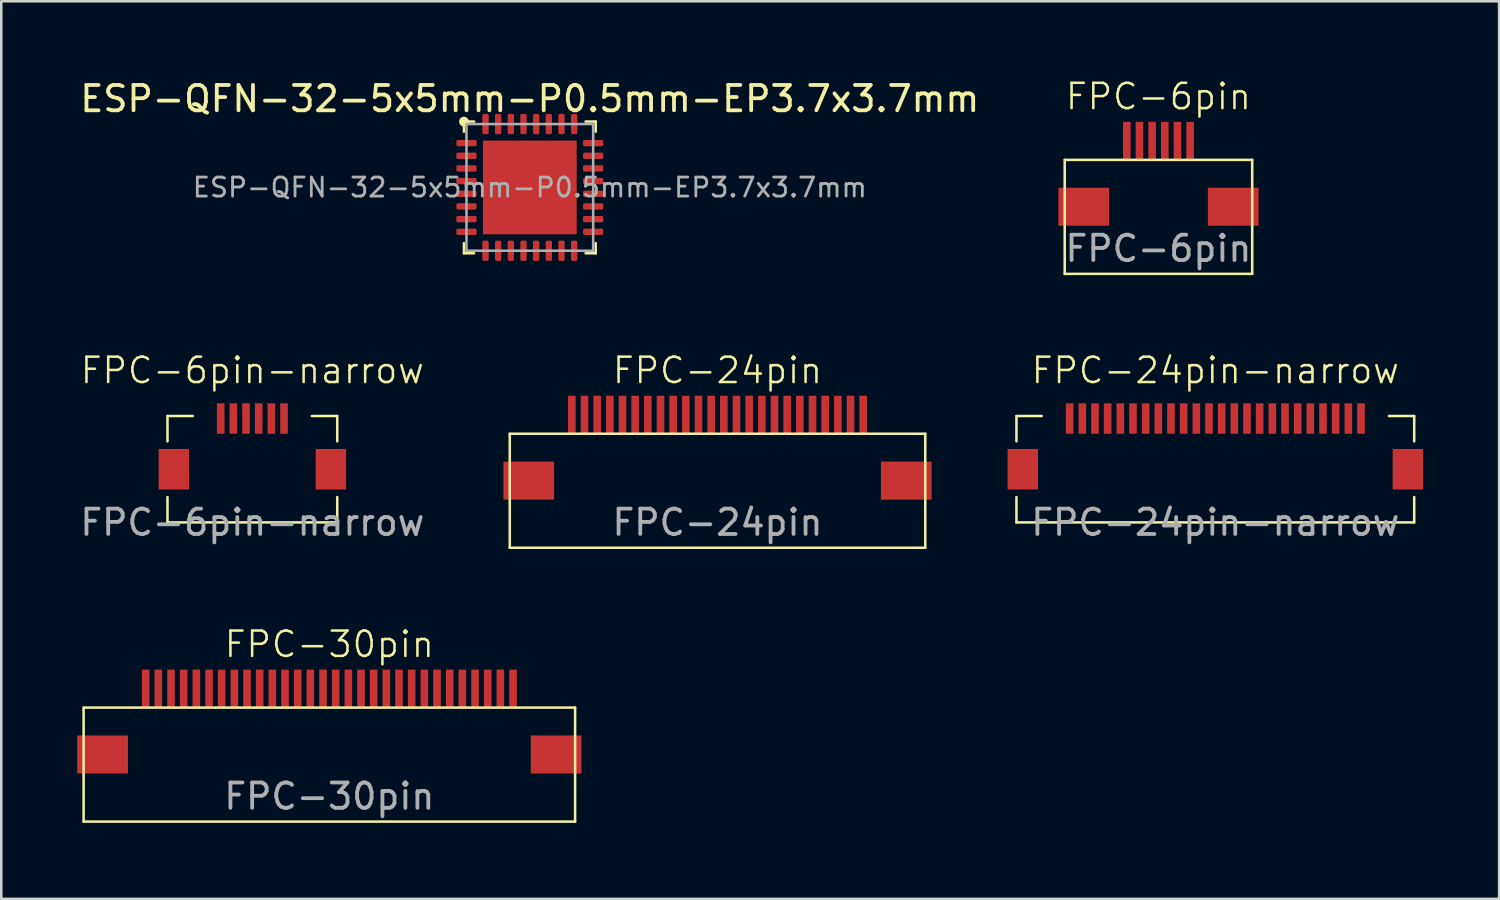
<source format=kicad_pcb>
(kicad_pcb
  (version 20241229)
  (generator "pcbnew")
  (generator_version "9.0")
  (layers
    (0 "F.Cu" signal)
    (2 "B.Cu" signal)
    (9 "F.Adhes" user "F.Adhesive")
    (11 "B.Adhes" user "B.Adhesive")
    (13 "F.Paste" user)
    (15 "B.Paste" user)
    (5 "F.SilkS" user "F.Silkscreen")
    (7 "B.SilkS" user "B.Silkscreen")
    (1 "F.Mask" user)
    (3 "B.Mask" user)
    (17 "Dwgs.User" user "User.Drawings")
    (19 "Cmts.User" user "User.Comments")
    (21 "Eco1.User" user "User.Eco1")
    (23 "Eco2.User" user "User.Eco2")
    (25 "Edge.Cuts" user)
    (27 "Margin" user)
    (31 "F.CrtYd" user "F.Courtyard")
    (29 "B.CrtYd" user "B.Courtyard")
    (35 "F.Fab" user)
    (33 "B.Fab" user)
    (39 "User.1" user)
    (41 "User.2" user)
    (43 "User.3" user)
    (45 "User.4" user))
  (footprint "ESP-QFN-32-5x5mm-P0.5mm-EP3.7x3.7mm"
    (layer "F.Cu")
    (at 17.863 4.348)
    (property "Reference" "ESP-QFN-32-5x5mm-P0.5mm-EP3.7x3.7mm" (at 0 -3.5 0) (layer "F.SilkS") (effects (font (size 1 1) (thickness 0.15))))
    (attr smd)
    (fp_line (start -2.6 -2.6) (end -2.6 -2.2) (stroke (width 0.1) (type solid)) (layer "F.SilkS"))
    (fp_line (start -2.6 -2.6) (end -2.2 -2.6) (stroke (width 0.1) (type solid)) (layer "F.SilkS"))
    (fp_line (start -2.6 2.6) (end -2.6 2.2) (stroke (width 0.1) (type solid)) (layer "F.SilkS"))
    (fp_line (start -2.6 2.6) (end -2.2 2.6) (stroke (width 0.1) (type solid)) (layer "F.SilkS"))
    (fp_line (start 2.6 -2.6) (end 2.2 -2.6) (stroke (width 0.1) (type solid)) (layer "F.SilkS"))
    (fp_line (start 2.6 -2.6) (end 2.6 -2.2) (stroke (width 0.1) (type solid)) (layer "F.SilkS"))
    (fp_line (start 2.6 2.6) (end 2.2 2.6) (stroke (width 0.1) (type solid)) (layer "F.SilkS"))
    (fp_line (start 2.6 2.6) (end 2.6 2.2) (stroke (width 0.1) (type solid)) (layer "F.SilkS"))
    (fp_circle (center -2.6 -2.6) (end -2.5 -2.5) (stroke (width 0.1) (type default)) (fill yes) (layer "F.SilkS"))
    (fp_line (start -2.5 -2.5) (end 2.5 -2.5) (stroke (width 0.1) (type solid)) (layer "F.Fab"))
    (fp_line (start -2.5 2.5) (end -2.5 -2.5) (stroke (width 0.1) (type solid)) (layer "F.Fab"))
    (fp_line (start 2.5 -2.5) (end 2.5 2.5) (stroke (width 0.1) (type solid)) (layer "F.Fab"))
    (fp_line (start 2.5 2.5) (end -2.5 2.5) (stroke (width 0.1) (type solid)) (layer "F.Fab"))
    (fp_text user "${REFERENCE}" (at 0 0 0) (layer "F.Fab") (effects (font (size 0.75 0.75) (thickness 0.11))))
    (pad "1" smd roundrect (at -2.5 -1.75) (size 0.8 0.25) (layers "F.Cu" "F.Mask" "F.Paste") (roundrect_rratio 0.25))
    (pad "2" smd roundrect (at -2.5 -1.25) (size 0.8 0.25) (layers "F.Cu" "F.Mask" "F.Paste") (roundrect_rratio 0.25))
    (pad "3" smd roundrect (at -2.5 -0.75) (size 0.8 0.25) (layers "F.Cu" "F.Mask" "F.Paste") (roundrect_rratio 0.25))
    (pad "4" smd roundrect (at -2.5 -0.25) (size 0.8 0.25) (layers "F.Cu" "F.Mask" "F.Paste") (roundrect_rratio 0.25))
    (pad "5" smd roundrect (at -2.5 0.25) (size 0.8 0.25) (layers "F.Cu" "F.Mask" "F.Paste") (roundrect_rratio 0.25))
    (pad "6" smd roundrect (at -2.5 0.75) (size 0.8 0.25) (layers "F.Cu" "F.Mask" "F.Paste") (roundrect_rratio 0.25))
    (pad "7" smd roundrect (at -2.5 1.25) (size 0.8 0.25) (layers "F.Cu" "F.Mask" "F.Paste") (roundrect_rratio 0.25))
    (pad "8" smd roundrect (at -2.5 1.75) (size 0.8 0.25) (layers "F.Cu" "F.Mask" "F.Paste") (roundrect_rratio 0.25))
    (pad "9" smd roundrect (at -1.75 2.5) (size 0.25 0.8) (layers "F.Cu" "F.Mask" "F.Paste") (roundrect_rratio 0.25))
    (pad "10" smd roundrect (at -1.25 2.5) (size 0.25 0.8) (layers "F.Cu" "F.Mask" "F.Paste") (roundrect_rratio 0.25))
    (pad "11" smd roundrect (at -0.75 2.5) (size 0.25 0.8) (layers "F.Cu" "F.Mask" "F.Paste") (roundrect_rratio 0.25))
    (pad "12" smd roundrect (at -0.25 2.5) (size 0.25 0.8) (layers "F.Cu" "F.Mask" "F.Paste") (roundrect_rratio 0.25))
    (pad "13" smd roundrect (at 0.25 2.5) (size 0.25 0.8) (layers "F.Cu" "F.Mask" "F.Paste") (roundrect_rratio 0.25))
    (pad "14" smd roundrect (at 0.75 2.5) (size 0.25 0.8) (layers "F.Cu" "F.Mask" "F.Paste") (roundrect_rratio 0.25))
    (pad "15" smd roundrect (at 1.25 2.5) (size 0.25 0.8) (layers "F.Cu" "F.Mask" "F.Paste") (roundrect_rratio 0.25))
    (pad "16" smd roundrect (at 1.75 2.5) (size 0.25 0.8) (layers "F.Cu" "F.Mask" "F.Paste") (roundrect_rratio 0.25))
    (pad "17" smd roundrect (at 2.5 1.75) (size 0.8 0.25) (layers "F.Cu" "F.Mask" "F.Paste") (roundrect_rratio 0.25))
    (pad "18" smd roundrect (at 2.5 1.25) (size 0.8 0.25) (layers "F.Cu" "F.Mask" "F.Paste") (roundrect_rratio 0.25))
    (pad "19" smd roundrect (at 2.5 0.75) (size 0.8 0.25) (layers "F.Cu" "F.Mask" "F.Paste") (roundrect_rratio 0.25))
    (pad "20" smd roundrect (at 2.5 0.25) (size 0.8 0.25) (layers "F.Cu" "F.Mask" "F.Paste") (roundrect_rratio 0.25))
    (pad "21" smd roundrect (at 2.5 -0.25) (size 0.8 0.25) (layers "F.Cu" "F.Mask" "F.Paste") (roundrect_rratio 0.25))
    (pad "22" smd roundrect (at 2.5 -0.75) (size 0.8 0.25) (layers "F.Cu" "F.Mask" "F.Paste") (roundrect_rratio 0.25))
    (pad "23" smd roundrect (at 2.5 -1.25) (size 0.8 0.25) (layers "F.Cu" "F.Mask" "F.Paste") (roundrect_rratio 0.25))
    (pad "24" smd roundrect (at 2.5 -1.75) (size 0.8 0.25) (layers "F.Cu" "F.Mask" "F.Paste") (roundrect_rratio 0.25))
    (pad "25" smd roundrect (at 1.75 -2.5) (size 0.25 0.8) (layers "F.Cu" "F.Mask" "F.Paste") (roundrect_rratio 0.25))
    (pad "26" smd roundrect (at 1.25 -2.5) (size 0.25 0.8) (layers "F.Cu" "F.Mask" "F.Paste") (roundrect_rratio 0.25))
    (pad "27" smd roundrect (at 0.75 -2.5) (size 0.25 0.8) (layers "F.Cu" "F.Mask" "F.Paste") (roundrect_rratio 0.25))
    (pad "28" smd roundrect (at 0.25 -2.5) (size 0.25 0.8) (layers "F.Cu" "F.Mask" "F.Paste") (roundrect_rratio 0.25))
    (pad "29" smd roundrect (at -0.25 -2.5) (size 0.25 0.8) (layers "F.Cu" "F.Mask" "F.Paste") (roundrect_rratio 0.25))
    (pad "30" smd roundrect (at -0.75 -2.5) (size 0.25 0.8) (layers "F.Cu" "F.Mask" "F.Paste") (roundrect_rratio 0.25))
    (pad "31" smd roundrect (at -1.25 -2.5) (size 0.25 0.8) (layers "F.Cu" "F.Mask" "F.Paste") (roundrect_rratio 0.25))
    (pad "32" smd roundrect (at -1.75 -2.5) (size 0.25 0.8) (layers "F.Cu" "F.Mask" "F.Paste") (roundrect_rratio 0.25))
    (pad "33" smd rect (at 0 0) (size 3.7 3.7) (layers "F.Cu" "F.Mask")))
  (footprint "FPC-24pin"
    (layer "F.Cu")
    (at 25.271 14.071)
    (property "Reference" "FPC-24pin" (at 0 -2.5 0) (unlocked yes) (layer "F.SilkS") (effects (font (size 1 1) (thickness 0.1))))
    (attr smd)
    (fp_line (start -8.2 0) (end -8.2 4.5) (stroke (width 0.1) (type solid)) (layer "F.SilkS"))
    (fp_line (start -8.2 0) (end 8.2 0) (stroke (width 0.1) (type solid)) (layer "F.SilkS"))
    (fp_line (start -8.2 4.5) (end 8.2 4.5) (stroke (width 0.1) (type solid)) (layer "F.SilkS"))
    (fp_line (start 8.2 0) (end 8.2 4.5) (stroke (width 0.1) (type solid)) (layer "F.SilkS"))
    (fp_text user "${REFERENCE}" (at 0 3.5 0) (unlocked yes) (layer "F.Fab") (effects (font (size 1 1) (thickness 0.15))))
    (pad "1" smd rect (at -5.75 -0.75) (size 0.3 1.5) (layers "F.Cu" "F.Mask" "F.Paste"))
    (pad "2" smd rect (at -5.25 -0.75) (size 0.3 1.5) (layers "F.Cu" "F.Mask" "F.Paste"))
    (pad "3" smd rect (at -4.75 -0.75) (size 0.3 1.5) (layers "F.Cu" "F.Mask" "F.Paste"))
    (pad "4" smd rect (at -4.25 -0.75) (size 0.3 1.5) (layers "F.Cu" "F.Mask" "F.Paste"))
    (pad "5" smd rect (at -3.75 -0.75) (size 0.3 1.5) (layers "F.Cu" "F.Mask" "F.Paste"))
    (pad "6" smd rect (at -3.25 -0.75) (size 0.3 1.5) (layers "F.Cu" "F.Mask" "F.Paste"))
    (pad "7" smd rect (at -2.75 -0.75) (size 0.3 1.5) (layers "F.Cu" "F.Mask" "F.Paste"))
    (pad "8" smd rect (at -2.25 -0.75) (size 0.3 1.5) (layers "F.Cu" "F.Mask" "F.Paste"))
    (pad "9" smd rect (at -1.75 -0.75) (size 0.3 1.5) (layers "F.Cu" "F.Mask" "F.Paste"))
    (pad "10" smd rect (at -1.25 -0.75) (size 0.3 1.5) (layers "F.Cu" "F.Mask" "F.Paste"))
    (pad "11" smd rect (at -0.75 -0.75) (size 0.3 1.5) (layers "F.Cu" "F.Mask" "F.Paste"))
    (pad "12" smd rect (at -0.25 -0.75) (size 0.3 1.5) (layers "F.Cu" "F.Mask" "F.Paste"))
    (pad "13" smd rect (at 0.25 -0.75) (size 0.3 1.5) (layers "F.Cu" "F.Mask" "F.Paste"))
    (pad "14" smd rect (at 0.75 -0.75) (size 0.3 1.5) (layers "F.Cu" "F.Mask" "F.Paste"))
    (pad "15" smd rect (at 1.25 -0.75) (size 0.3 1.5) (layers "F.Cu" "F.Mask" "F.Paste"))
    (pad "16" smd rect (at 1.75 -0.75) (size 0.3 1.5) (layers "F.Cu" "F.Mask" "F.Paste"))
    (pad "17" smd rect (at 2.25 -0.75) (size 0.3 1.5) (layers "F.Cu" "F.Mask" "F.Paste"))
    (pad "18" smd rect (at 2.75 -0.75) (size 0.3 1.5) (layers "F.Cu" "F.Mask" "F.Paste"))
    (pad "19" smd rect (at 3.25 -0.75) (size 0.3 1.5) (layers "F.Cu" "F.Mask" "F.Paste"))
    (pad "20" smd rect (at 3.75 -0.75) (size 0.3 1.5) (layers "F.Cu" "F.Mask" "F.Paste"))
    (pad "21" smd rect (at 4.25 -0.75) (size 0.3 1.5) (layers "F.Cu" "F.Mask" "F.Paste"))
    (pad "22" smd rect (at 4.75 -0.75) (size 0.3 1.5) (layers "F.Cu" "F.Mask" "F.Paste"))
    (pad "23" smd rect (at 5.25 -0.75) (size 0.3 1.5) (layers "F.Cu" "F.Mask" "F.Paste"))
    (pad "24" smd rect (at 5.75 -0.75) (size 0.3 1.5) (layers "F.Cu" "F.Mask" "F.Paste"))
    (pad "MP" smd rect (at -7.45 1.85) (size 2 1.5) (layers "F.Cu" "F.Mask" "F.Paste"))
    (pad "MP" smd rect (at 7.45 1.85) (size 2 1.5) (layers "F.Cu" "F.Mask" "F.Paste")))
  (footprint "FPC-24pin-narrow"
    (layer "F.Cu")
    (at 44.921 14.071)
    (property "Reference" "FPC-24pin-narrow" (at 0 -2.5 0) (unlocked yes) (layer "F.SilkS") (effects (font (size 1 1) (thickness 0.1))))
    (attr smd)
    (fp_line (start -7.85 -0.7) (end -7.85 0.3) (stroke (width 0.1) (type solid)) (layer "F.SilkS"))
    (fp_line (start -7.85 -0.7) (end -6.85 -0.7) (stroke (width 0.1) (type solid)) (layer "F.SilkS"))
    (fp_line (start -7.85 3.5) (end -7.85 2.5) (stroke (width 0.1) (type solid)) (layer "F.SilkS"))
    (fp_line (start -7.85 3.5) (end 7.85 3.5) (stroke (width 0.1) (type solid)) (layer "F.SilkS"))
    (fp_line (start 7.85 -0.7) (end 6.85 -0.7) (stroke (width 0.1) (type solid)) (layer "F.SilkS"))
    (fp_line (start 7.85 -0.7) (end 7.85 0.3) (stroke (width 0.1) (type solid)) (layer "F.SilkS"))
    (fp_line (start 7.85 3.5) (end 7.85 2.5) (stroke (width 0.1) (type solid)) (layer "F.SilkS"))
    (fp_text user "${REFERENCE}" (at 0 3.5 0) (unlocked yes) (layer "F.Fab") (effects (font (size 1 1) (thickness 0.15))))
    (pad "1" smd rect (at -5.75 -0.6) (size 0.3 1.2) (layers "F.Cu" "F.Mask" "F.Paste"))
    (pad "2" smd rect (at -5.25 -0.6) (size 0.3 1.2) (layers "F.Cu" "F.Mask" "F.Paste"))
    (pad "3" smd rect (at -4.75 -0.6) (size 0.3 1.2) (layers "F.Cu" "F.Mask" "F.Paste"))
    (pad "4" smd rect (at -4.25 -0.6) (size 0.3 1.2) (layers "F.Cu" "F.Mask" "F.Paste"))
    (pad "5" smd rect (at -3.75 -0.6) (size 0.3 1.2) (layers "F.Cu" "F.Mask" "F.Paste"))
    (pad "6" smd rect (at -3.25 -0.6) (size 0.3 1.2) (layers "F.Cu" "F.Mask" "F.Paste"))
    (pad "7" smd rect (at -2.75 -0.6) (size 0.3 1.2) (layers "F.Cu" "F.Mask" "F.Paste"))
    (pad "8" smd rect (at -2.25 -0.6) (size 0.3 1.2) (layers "F.Cu" "F.Mask" "F.Paste"))
    (pad "9" smd rect (at -1.75 -0.6) (size 0.3 1.2) (layers "F.Cu" "F.Mask" "F.Paste"))
    (pad "10" smd rect (at -1.25 -0.6) (size 0.3 1.2) (layers "F.Cu" "F.Mask" "F.Paste"))
    (pad "11" smd rect (at -0.75 -0.6) (size 0.3 1.2) (layers "F.Cu" "F.Mask" "F.Paste"))
    (pad "12" smd rect (at -0.25 -0.6) (size 0.3 1.2) (layers "F.Cu" "F.Mask" "F.Paste"))
    (pad "13" smd rect (at 0.25 -0.6) (size 0.3 1.2) (layers "F.Cu" "F.Mask" "F.Paste"))
    (pad "14" smd rect (at 0.75 -0.6) (size 0.3 1.2) (layers "F.Cu" "F.Mask" "F.Paste"))
    (pad "15" smd rect (at 1.25 -0.6) (size 0.3 1.2) (layers "F.Cu" "F.Mask" "F.Paste"))
    (pad "16" smd rect (at 1.75 -0.6) (size 0.3 1.2) (layers "F.Cu" "F.Mask" "F.Paste"))
    (pad "17" smd rect (at 2.25 -0.6) (size 0.3 1.2) (layers "F.Cu" "F.Mask" "F.Paste"))
    (pad "18" smd rect (at 2.75 -0.6) (size 0.3 1.2) (layers "F.Cu" "F.Mask" "F.Paste"))
    (pad "19" smd rect (at 3.25 -0.6) (size 0.3 1.2) (layers "F.Cu" "F.Mask" "F.Paste"))
    (pad "20" smd rect (at 3.75 -0.6) (size 0.3 1.2) (layers "F.Cu" "F.Mask" "F.Paste"))
    (pad "21" smd rect (at 4.25 -0.6) (size 0.3 1.2) (layers "F.Cu" "F.Mask" "F.Paste"))
    (pad "22" smd rect (at 4.75 -0.6) (size 0.3 1.2) (layers "F.Cu" "F.Mask" "F.Paste"))
    (pad "23" smd rect (at 5.25 -0.6) (size 0.3 1.2) (layers "F.Cu" "F.Mask" "F.Paste"))
    (pad "24" smd rect (at 5.75 -0.6) (size 0.3 1.2) (layers "F.Cu" "F.Mask" "F.Paste"))
    (pad "MP" smd rect (at -7.6 1.4) (size 1.2 1.6) (layers "F.Cu" "F.Mask" "F.Paste"))
    (pad "MP" smd rect (at 7.6 1.4) (size 1.2 1.6) (layers "F.Cu" "F.Mask" "F.Paste")))
  (footprint "FPC-6pin-narrow"
    (layer "F.Cu")
    (at 6.911 14.071)
    (property "Reference" "FPC-6pin-narrow" (at 0 -2.5 0) (unlocked yes) (layer "F.SilkS") (effects (font (size 1 1) (thickness 0.1))))
    (attr smd)
    (fp_line (start -3.35 -0.7) (end -3.35 0.3) (stroke (width 0.1) (type solid)) (layer "F.SilkS"))
    (fp_line (start -3.35 -0.7) (end -2.35 -0.7) (stroke (width 0.1) (type solid)) (layer "F.SilkS"))
    (fp_line (start -3.35 3.5) (end -3.35 2.5) (stroke (width 0.1) (type solid)) (layer "F.SilkS"))
    (fp_line (start -3.35 3.5) (end 3.35 3.5) (stroke (width 0.1) (type solid)) (layer "F.SilkS"))
    (fp_line (start 3.35 -0.7) (end 2.35 -0.7) (stroke (width 0.1) (type solid)) (layer "F.SilkS"))
    (fp_line (start 3.35 -0.7) (end 3.35 0.3) (stroke (width 0.1) (type solid)) (layer "F.SilkS"))
    (fp_line (start 3.35 3.5) (end 3.35 2.5) (stroke (width 0.1) (type solid)) (layer "F.SilkS"))
    (fp_text user "${REFERENCE}" (at 0 3.5 0) (unlocked yes) (layer "F.Fab") (effects (font (size 1 1) (thickness 0.15))))
    (pad "1" smd rect (at -1.25 -0.6) (size 0.3 1.2) (layers "F.Cu" "F.Mask" "F.Paste"))
    (pad "2" smd rect (at -0.75 -0.6) (size 0.3 1.2) (layers "F.Cu" "F.Mask" "F.Paste"))
    (pad "3" smd rect (at -0.25 -0.6) (size 0.3 1.2) (layers "F.Cu" "F.Mask" "F.Paste"))
    (pad "4" smd rect (at 0.25 -0.6) (size 0.3 1.2) (layers "F.Cu" "F.Mask" "F.Paste"))
    (pad "5" smd rect (at 0.75 -0.6) (size 0.3 1.2) (layers "F.Cu" "F.Mask" "F.Paste"))
    (pad "6" smd rect (at 1.25 -0.6) (size 0.3 1.2) (layers "F.Cu" "F.Mask" "F.Paste"))
    (pad "MP" smd rect (at -3.1 1.4) (size 1.2 1.6) (layers "F.Cu" "F.Mask" "F.Paste"))
    (pad "MP" smd rect (at 3.1 1.4) (size 1.2 1.6) (layers "F.Cu" "F.Mask" "F.Paste")))
  (footprint "FPC-6pin"
    (layer "F.Cu")
    (at 42.676 3.26)
    (property "Reference" "FPC-6pin" (at 0 -2.5 0) (unlocked yes) (layer "F.SilkS") (effects (font (size 1 1) (thickness 0.1))))
    (attr smd)
    (fp_line (start -3.7 0) (end -3.7 4.5) (stroke (width 0.1) (type solid)) (layer "F.SilkS"))
    (fp_line (start -3.7 0) (end 3.7 0) (stroke (width 0.1) (type solid)) (layer "F.SilkS"))
    (fp_line (start -3.7 4.5) (end 3.7 4.5) (stroke (width 0.1) (type solid)) (layer "F.SilkS"))
    (fp_line (start 3.7 0) (end 3.7 4.5) (stroke (width 0.1) (type solid)) (layer "F.SilkS"))
    (fp_text user "${REFERENCE}" (at 0 3.5 0) (unlocked yes) (layer "F.Fab") (effects (font (size 1 1) (thickness 0.15))))
    (pad "1" smd rect (at -1.25 -0.75) (size 0.3 1.5) (layers "F.Cu" "F.Mask" "F.Paste"))
    (pad "2" smd rect (at -0.75 -0.75) (size 0.3 1.5) (layers "F.Cu" "F.Mask" "F.Paste"))
    (pad "3" smd rect (at -0.25 -0.75) (size 0.3 1.5) (layers "F.Cu" "F.Mask" "F.Paste"))
    (pad "4" smd rect (at 0.25 -0.75) (size 0.3 1.5) (layers "F.Cu" "F.Mask" "F.Paste"))
    (pad "5" smd rect (at 0.75 -0.75) (size 0.3 1.5) (layers "F.Cu" "F.Mask" "F.Paste"))
    (pad "6" smd rect (at 1.25 -0.75) (size 0.3 1.5) (layers "F.Cu" "F.Mask" "F.Paste"))
    (pad "MP" smd rect (at -2.95 1.85) (size 2 1.5) (layers "F.Cu" "F.Mask" "F.Paste"))
    (pad "MP" smd rect (at 2.95 1.85) (size 2 1.5) (layers "F.Cu" "F.Mask" "F.Paste")))
  (footprint "FPC-30pin"
    (layer "F.Cu")
    (at 9.95 24.881)
    (property "Reference" "FPC-30pin" (at 0 -2.5 0) (unlocked yes) (layer "F.SilkS") (effects (font (size 1 1) (thickness 0.1))))
    (attr smd)
    (fp_line (start -9.7 0) (end -9.7 4.5) (stroke (width 0.1) (type solid)) (layer "F.SilkS"))
    (fp_line (start -9.7 0) (end 9.7 0) (stroke (width 0.1) (type solid)) (layer "F.SilkS"))
    (fp_line (start -9.7 4.5) (end 9.7 4.5) (stroke (width 0.1) (type solid)) (layer "F.SilkS"))
    (fp_line (start 9.7 0) (end 9.7 4.5) (stroke (width 0.1) (type solid)) (layer "F.SilkS"))
    (fp_text user "${REFERENCE}" (at 0 3.5 0) (unlocked yes) (layer "F.Fab") (effects (font (size 1 1) (thickness 0.15))))
    (pad "1" smd rect (at -7.25 -0.75) (size 0.3 1.5) (layers "F.Cu" "F.Mask" "F.Paste"))
    (pad "2" smd rect (at -6.75 -0.75) (size 0.3 1.5) (layers "F.Cu" "F.Mask" "F.Paste"))
    (pad "3" smd rect (at -6.25 -0.75) (size 0.3 1.5) (layers "F.Cu" "F.Mask" "F.Paste"))
    (pad "4" smd rect (at -5.75 -0.75) (size 0.3 1.5) (layers "F.Cu" "F.Mask" "F.Paste"))
    (pad "5" smd rect (at -5.25 -0.75) (size 0.3 1.5) (layers "F.Cu" "F.Mask" "F.Paste"))
    (pad "6" smd rect (at -4.75 -0.75) (size 0.3 1.5) (layers "F.Cu" "F.Mask" "F.Paste"))
    (pad "7" smd rect (at -4.25 -0.75) (size 0.3 1.5) (layers "F.Cu" "F.Mask" "F.Paste"))
    (pad "8" smd rect (at -3.75 -0.75) (size 0.3 1.5) (layers "F.Cu" "F.Mask" "F.Paste"))
    (pad "9" smd rect (at -3.25 -0.75) (size 0.3 1.5) (layers "F.Cu" "F.Mask" "F.Paste"))
    (pad "10" smd rect (at -2.75 -0.75) (size 0.3 1.5) (layers "F.Cu" "F.Mask" "F.Paste"))
    (pad "11" smd rect (at -2.25 -0.75) (size 0.3 1.5) (layers "F.Cu" "F.Mask" "F.Paste"))
    (pad "12" smd rect (at -1.75 -0.75) (size 0.3 1.5) (layers "F.Cu" "F.Mask" "F.Paste"))
    (pad "13" smd rect (at -1.25 -0.75) (size 0.3 1.5) (layers "F.Cu" "F.Mask" "F.Paste"))
    (pad "14" smd rect (at -0.75 -0.75) (size 0.3 1.5) (layers "F.Cu" "F.Mask" "F.Paste"))
    (pad "15" smd rect (at -0.25 -0.75) (size 0.3 1.5) (layers "F.Cu" "F.Mask" "F.Paste"))
    (pad "16" smd rect (at 0.25 -0.75) (size 0.3 1.5) (layers "F.Cu" "F.Mask" "F.Paste"))
    (pad "17" smd rect (at 0.75 -0.75) (size 0.3 1.5) (layers "F.Cu" "F.Mask" "F.Paste"))
    (pad "18" smd rect (at 1.25 -0.75) (size 0.3 1.5) (layers "F.Cu" "F.Mask" "F.Paste"))
    (pad "19" smd rect (at 1.75 -0.75) (size 0.3 1.5) (layers "F.Cu" "F.Mask" "F.Paste"))
    (pad "20" smd rect (at 2.25 -0.75) (size 0.3 1.5) (layers "F.Cu" "F.Mask" "F.Paste"))
    (pad "21" smd rect (at 2.75 -0.75) (size 0.3 1.5) (layers "F.Cu" "F.Mask" "F.Paste"))
    (pad "22" smd rect (at 3.25 -0.75) (size 0.3 1.5) (layers "F.Cu" "F.Mask" "F.Paste"))
    (pad "23" smd rect (at 3.75 -0.75) (size 0.3 1.5) (layers "F.Cu" "F.Mask" "F.Paste"))
    (pad "24" smd rect (at 4.25 -0.75) (size 0.3 1.5) (layers "F.Cu" "F.Mask" "F.Paste"))
    (pad "25" smd rect (at 4.75 -0.75) (size 0.3 1.5) (layers "F.Cu" "F.Mask" "F.Paste"))
    (pad "26" smd rect (at 5.25 -0.75) (size 0.3 1.5) (layers "F.Cu" "F.Mask" "F.Paste"))
    (pad "27" smd rect (at 5.75 -0.75) (size 0.3 1.5) (layers "F.Cu" "F.Mask" "F.Paste"))
    (pad "28" smd rect (at 6.25 -0.75) (size 0.3 1.5) (layers "F.Cu" "F.Mask" "F.Paste"))
    (pad "29" smd rect (at 6.75 -0.75) (size 0.3 1.5) (layers "F.Cu" "F.Mask" "F.Paste"))
    (pad "30" smd rect (at 7.25 -0.75) (size 0.3 1.5) (layers "F.Cu" "F.Mask" "F.Paste"))
    (pad "MP" smd rect (at -8.95 1.85) (size 2 1.5) (layers "F.Cu" "F.Mask" "F.Paste"))
    (pad "MP" smd rect (at 8.95 1.85) (size 2 1.5) (layers "F.Cu" "F.Mask" "F.Paste")))
  (gr_rect
    (start -3 -3)
    (end 56.121 32.431)
    (stroke (width 0.1) (type default))
    (fill no)
    (layer "Edge.Cuts")))
</source>
